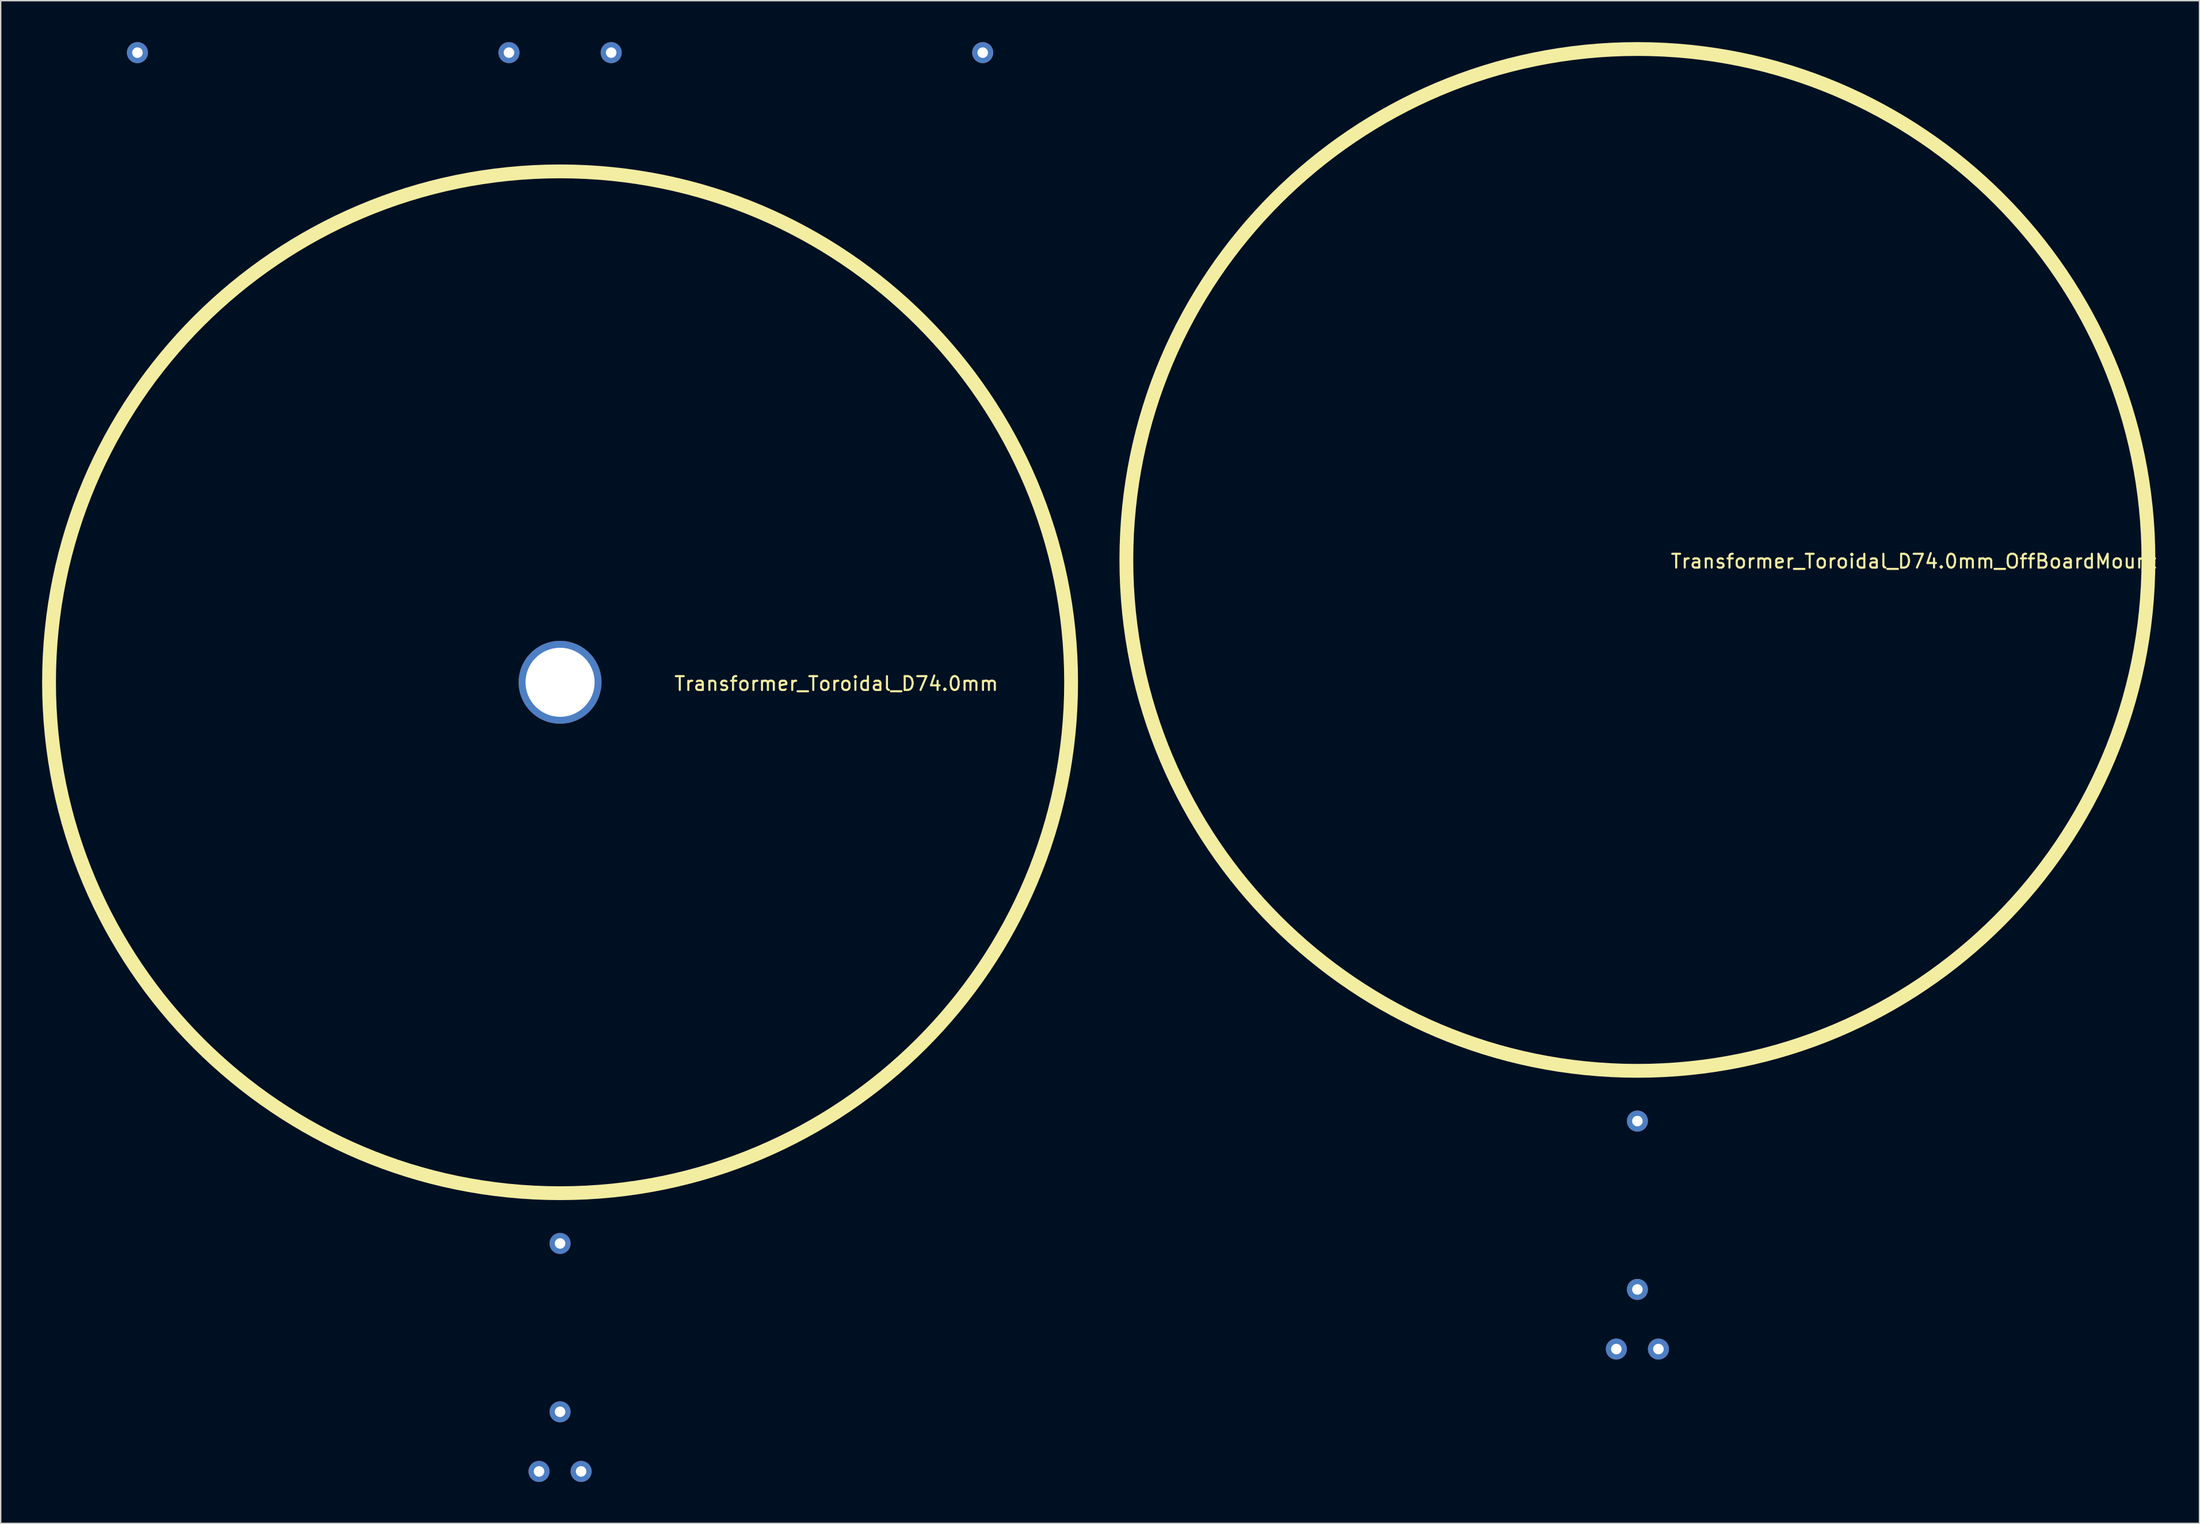
<source format=kicad_pcb>
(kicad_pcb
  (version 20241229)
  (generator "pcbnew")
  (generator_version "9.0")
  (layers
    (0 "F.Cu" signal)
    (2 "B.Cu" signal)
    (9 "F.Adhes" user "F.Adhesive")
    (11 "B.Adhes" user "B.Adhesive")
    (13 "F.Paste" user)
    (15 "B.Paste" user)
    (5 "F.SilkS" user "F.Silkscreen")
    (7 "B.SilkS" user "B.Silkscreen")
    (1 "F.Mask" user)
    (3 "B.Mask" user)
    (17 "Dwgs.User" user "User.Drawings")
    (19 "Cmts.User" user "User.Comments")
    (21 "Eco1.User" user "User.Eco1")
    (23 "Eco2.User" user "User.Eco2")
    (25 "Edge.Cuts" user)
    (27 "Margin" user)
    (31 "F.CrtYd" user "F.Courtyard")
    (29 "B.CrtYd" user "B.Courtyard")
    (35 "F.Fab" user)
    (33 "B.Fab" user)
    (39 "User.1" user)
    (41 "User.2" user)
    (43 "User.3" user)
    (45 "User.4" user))
  (footprint "Transformer_Toroidal_D74.0mm_OffBoardMount"
    (layer "F.Cu")
    (at 115.5 37.5)
    (property "Reference" "Transformer_Toroidal_D74.0mm_OffBoardMount" (at 20 0.1 0) (layer "F.SilkS") (effects (font (size 1 1) (thickness 0.15))))
    (attr through_hole)
    (fp_circle (center 0 0) (end 37 0) (stroke (width 1) (type solid)) (fill no) (layer "F.SilkS"))
    (pad "5" thru_hole circle (at 0 40.64) (size 1.524 1.524) (drill 0.762) (layers "*.Cu" "*.Mask"))
    (pad "6" thru_hole circle (at 1.524 57.15) (size 1.524 1.524) (drill 0.762) (layers "*.Cu" "*.Mask"))
    (pad "7" thru_hole circle (at -1.524 57.15) (size 1.524 1.524) (drill 0.762) (layers "*.Cu" "*.Mask"))
    (pad "8" thru_hole circle (at 0 52.832) (size 1.524 1.524) (drill 0.762) (layers "*.Cu" "*.Mask")))
  (footprint "Transformer_Toroidal_D74.0mm"
    (layer "F.Cu")
    (at 37.5 46.362)
    (property "Reference" "Transformer_Toroidal_D74.0mm" (at 20 0.1 0) (layer "F.SilkS") (effects (font (size 1 1) (thickness 0.15))))
    (attr through_hole)
    (fp_circle (center 0 0) (end 37 0) (stroke (width 1) (type solid)) (fill no) (layer "F.SilkS"))
    (pad "" np_thru_hole circle (at 0 0) (size 6 6) (drill 5) (layers "*.Cu" "*.Mask"))
    (pad "1" thru_hole circle (at -30.6 -45.6) (size 1.524 1.524) (drill 0.762) (layers "*.Cu" "*.Mask"))
    (pad "2" thru_hole circle (at -3.7 -45.6) (size 1.524 1.524) (drill 0.762) (layers "*.Cu" "*.Mask"))
    (pad "3" thru_hole circle (at 3.7 -45.6) (size 1.524 1.524) (drill 0.762) (layers "*.Cu" "*.Mask"))
    (pad "4" thru_hole circle (at 30.6 -45.6) (size 1.524 1.524) (drill 0.762) (layers "*.Cu" "*.Mask"))
    (pad "5" thru_hole circle (at 0 40.64) (size 1.524 1.524) (drill 0.762) (layers "*.Cu" "*.Mask"))
    (pad "6" thru_hole circle (at 1.524 57.15) (size 1.524 1.524) (drill 0.762) (layers "*.Cu" "*.Mask"))
    (pad "7" thru_hole circle (at -1.524 57.15) (size 1.524 1.524) (drill 0.762) (layers "*.Cu" "*.Mask"))
    (pad "8" thru_hole circle (at 0 52.832) (size 1.524 1.524) (drill 0.762) (layers "*.Cu" "*.Mask")))
  (gr_rect
    (start -3 -3)
    (end 156.196 107.274)
    (stroke (width 0.1) (type default))
    (fill no)
    (layer "Edge.Cuts")))
</source>
